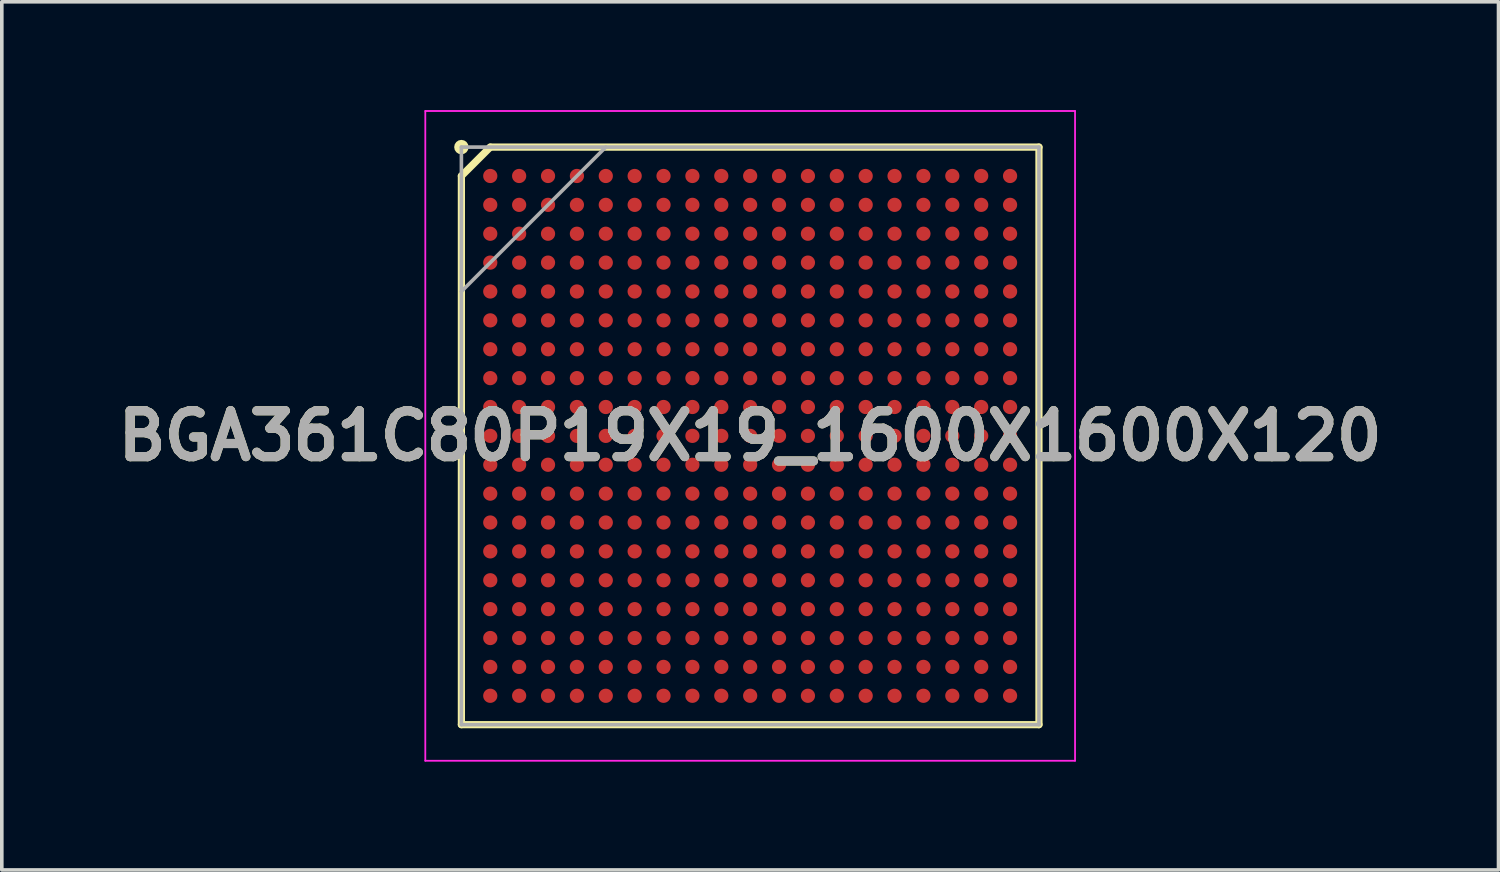
<source format=kicad_pcb>
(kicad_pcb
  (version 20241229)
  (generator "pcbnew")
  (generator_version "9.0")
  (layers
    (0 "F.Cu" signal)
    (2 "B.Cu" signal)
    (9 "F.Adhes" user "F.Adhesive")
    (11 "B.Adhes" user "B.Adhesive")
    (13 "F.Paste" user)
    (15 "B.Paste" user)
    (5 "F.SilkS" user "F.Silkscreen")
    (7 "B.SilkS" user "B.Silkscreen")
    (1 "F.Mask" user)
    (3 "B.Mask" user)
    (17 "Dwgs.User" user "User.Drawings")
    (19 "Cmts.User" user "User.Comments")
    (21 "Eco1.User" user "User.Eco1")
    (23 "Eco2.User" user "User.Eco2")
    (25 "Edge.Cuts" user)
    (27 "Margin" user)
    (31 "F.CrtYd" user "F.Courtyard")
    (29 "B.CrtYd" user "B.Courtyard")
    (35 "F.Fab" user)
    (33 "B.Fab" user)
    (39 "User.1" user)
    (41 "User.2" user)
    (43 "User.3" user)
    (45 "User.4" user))
  (footprint "BGA361C80P19X19_1600X1600X120"
    (layer "F.Cu")
    (at 17.732 9.025)
    (property "Reference" "BGA361C80P19X19_1600X1600X120" (at 0 0 0) (layer "F.SilkS") (effects (font (size 1.27 1.27) (thickness 0.254))))
    (attr smd)
    (fp_line (start -8 -7.2) (end -7.2 -8) (stroke (width 0.2) (type solid)) (layer "F.SilkS"))
    (fp_line (start -8 8) (end -8 -7.2) (stroke (width 0.2) (type solid)) (layer "F.SilkS"))
    (fp_line (start -7.2 -8) (end 8 -8) (stroke (width 0.2) (type solid)) (layer "F.SilkS"))
    (fp_line (start 8 -8) (end 8 8) (stroke (width 0.2) (type solid)) (layer "F.SilkS"))
    (fp_line (start 8 8) (end -8 8) (stroke (width 0.2) (type solid)) (layer "F.SilkS"))
    (fp_circle (center -8 -8) (end -8 -7.9) (stroke (width 0.2) (type solid)) (fill no) (layer "F.SilkS"))
    (fp_line (start -9 -9) (end 9 -9) (stroke (width 0.05) (type solid)) (layer "F.CrtYd"))
    (fp_line (start -9 9) (end -9 -9) (stroke (width 0.05) (type solid)) (layer "F.CrtYd"))
    (fp_line (start 9 -9) (end 9 9) (stroke (width 0.05) (type solid)) (layer "F.CrtYd"))
    (fp_line (start 9 9) (end -9 9) (stroke (width 0.05) (type solid)) (layer "F.CrtYd"))
    (fp_line (start -8 -8) (end 8 -8) (stroke (width 0.1) (type solid)) (layer "F.Fab"))
    (fp_line (start -8 -4) (end -4 -8) (stroke (width 0.1) (type solid)) (layer "F.Fab"))
    (fp_line (start -8 8) (end -8 -8) (stroke (width 0.1) (type solid)) (layer "F.Fab"))
    (fp_line (start 8 -8) (end 8 8) (stroke (width 0.1) (type solid)) (layer "F.Fab"))
    (fp_line (start 8 8) (end -8 8) (stroke (width 0.1) (type solid)) (layer "F.Fab"))
    (fp_text user "${REFERENCE}" (at 0 0 0) (layer "F.Fab") (effects (font (size 1.27 1.27) (thickness 0.254))))
    (pad "A1" smd circle (at -7.2 -7.2 90) (size 0.394 0.394) (layers "F.Cu" "F.Mask" "F.Paste"))
    (pad "A2" smd circle (at -6.4 -7.2 90) (size 0.394 0.394) (layers "F.Cu" "F.Mask" "F.Paste"))
    (pad "A3" smd circle (at -5.6 -7.2 90) (size 0.394 0.394) (layers "F.Cu" "F.Mask" "F.Paste"))
    (pad "A4" smd circle (at -4.8 -7.2 90) (size 0.394 0.394) (layers "F.Cu" "F.Mask" "F.Paste"))
    (pad "A5" smd circle (at -4 -7.2 90) (size 0.394 0.394) (layers "F.Cu" "F.Mask" "F.Paste"))
    (pad "A6" smd circle (at -3.2 -7.2 90) (size 0.394 0.394) (layers "F.Cu" "F.Mask" "F.Paste"))
    (pad "A7" smd circle (at -2.4 -7.2 90) (size 0.394 0.394) (layers "F.Cu" "F.Mask" "F.Paste"))
    (pad "A8" smd circle (at -1.6 -7.2 90) (size 0.394 0.394) (layers "F.Cu" "F.Mask" "F.Paste"))
    (pad "A9" smd circle (at -0.8 -7.2 90) (size 0.394 0.394) (layers "F.Cu" "F.Mask" "F.Paste"))
    (pad "A10" smd circle (at 0 -7.2 90) (size 0.394 0.394) (layers "F.Cu" "F.Mask" "F.Paste"))
    (pad "A11" smd circle (at 0.8 -7.2 90) (size 0.394 0.394) (layers "F.Cu" "F.Mask" "F.Paste"))
    (pad "A12" smd circle (at 1.6 -7.2 90) (size 0.394 0.394) (layers "F.Cu" "F.Mask" "F.Paste"))
    (pad "A13" smd circle (at 2.4 -7.2 90) (size 0.394 0.394) (layers "F.Cu" "F.Mask" "F.Paste"))
    (pad "A14" smd circle (at 3.2 -7.2 90) (size 0.394 0.394) (layers "F.Cu" "F.Mask" "F.Paste"))
    (pad "A15" smd circle (at 4 -7.2 90) (size 0.394 0.394) (layers "F.Cu" "F.Mask" "F.Paste"))
    (pad "A16" smd circle (at 4.8 -7.2 90) (size 0.394 0.394) (layers "F.Cu" "F.Mask" "F.Paste"))
    (pad "A17" smd circle (at 5.6 -7.2 90) (size 0.394 0.394) (layers "F.Cu" "F.Mask" "F.Paste"))
    (pad "A18" smd circle (at 6.4 -7.2 90) (size 0.394 0.394) (layers "F.Cu" "F.Mask" "F.Paste"))
    (pad "A19" smd circle (at 7.2 -7.2 90) (size 0.394 0.394) (layers "F.Cu" "F.Mask" "F.Paste"))
    (pad "B1" smd circle (at -7.2 -6.4 90) (size 0.394 0.394) (layers "F.Cu" "F.Mask" "F.Paste"))
    (pad "B2" smd circle (at -6.4 -6.4 90) (size 0.394 0.394) (layers "F.Cu" "F.Mask" "F.Paste"))
    (pad "B3" smd circle (at -5.6 -6.4 90) (size 0.394 0.394) (layers "F.Cu" "F.Mask" "F.Paste"))
    (pad "B4" smd circle (at -4.8 -6.4 90) (size 0.394 0.394) (layers "F.Cu" "F.Mask" "F.Paste"))
    (pad "B5" smd circle (at -4 -6.4 90) (size 0.394 0.394) (layers "F.Cu" "F.Mask" "F.Paste"))
    (pad "B6" smd circle (at -3.2 -6.4 90) (size 0.394 0.394) (layers "F.Cu" "F.Mask" "F.Paste"))
    (pad "B7" smd circle (at -2.4 -6.4 90) (size 0.394 0.394) (layers "F.Cu" "F.Mask" "F.Paste"))
    (pad "B8" smd circle (at -1.6 -6.4 90) (size 0.394 0.394) (layers "F.Cu" "F.Mask" "F.Paste"))
    (pad "B9" smd circle (at -0.8 -6.4 90) (size 0.394 0.394) (layers "F.Cu" "F.Mask" "F.Paste"))
    (pad "B10" smd circle (at 0 -6.4 90) (size 0.394 0.394) (layers "F.Cu" "F.Mask" "F.Paste"))
    (pad "B11" smd circle (at 0.8 -6.4 90) (size 0.394 0.394) (layers "F.Cu" "F.Mask" "F.Paste"))
    (pad "B12" smd circle (at 1.6 -6.4 90) (size 0.394 0.394) (layers "F.Cu" "F.Mask" "F.Paste"))
    (pad "B13" smd circle (at 2.4 -6.4 90) (size 0.394 0.394) (layers "F.Cu" "F.Mask" "F.Paste"))
    (pad "B14" smd circle (at 3.2 -6.4 90) (size 0.394 0.394) (layers "F.Cu" "F.Mask" "F.Paste"))
    (pad "B15" smd circle (at 4 -6.4 90) (size 0.394 0.394) (layers "F.Cu" "F.Mask" "F.Paste"))
    (pad "B16" smd circle (at 4.8 -6.4 90) (size 0.394 0.394) (layers "F.Cu" "F.Mask" "F.Paste"))
    (pad "B17" smd circle (at 5.6 -6.4 90) (size 0.394 0.394) (layers "F.Cu" "F.Mask" "F.Paste"))
    (pad "B18" smd circle (at 6.4 -6.4 90) (size 0.394 0.394) (layers "F.Cu" "F.Mask" "F.Paste"))
    (pad "B19" smd circle (at 7.2 -6.4 90) (size 0.394 0.394) (layers "F.Cu" "F.Mask" "F.Paste"))
    (pad "C1" smd circle (at -7.2 -5.6 90) (size 0.394 0.394) (layers "F.Cu" "F.Mask" "F.Paste"))
    (pad "C2" smd circle (at -6.4 -5.6 90) (size 0.394 0.394) (layers "F.Cu" "F.Mask" "F.Paste"))
    (pad "C3" smd circle (at -5.6 -5.6 90) (size 0.394 0.394) (layers "F.Cu" "F.Mask" "F.Paste"))
    (pad "C4" smd circle (at -4.8 -5.6 90) (size 0.394 0.394) (layers "F.Cu" "F.Mask" "F.Paste"))
    (pad "C5" smd circle (at -4 -5.6 90) (size 0.394 0.394) (layers "F.Cu" "F.Mask" "F.Paste"))
    (pad "C6" smd circle (at -3.2 -5.6 90) (size 0.394 0.394) (layers "F.Cu" "F.Mask" "F.Paste"))
    (pad "C7" smd circle (at -2.4 -5.6 90) (size 0.394 0.394) (layers "F.Cu" "F.Mask" "F.Paste"))
    (pad "C8" smd circle (at -1.6 -5.6 90) (size 0.394 0.394) (layers "F.Cu" "F.Mask" "F.Paste"))
    (pad "C9" smd circle (at -0.8 -5.6 90) (size 0.394 0.394) (layers "F.Cu" "F.Mask" "F.Paste"))
    (pad "C10" smd circle (at 0 -5.6 90) (size 0.394 0.394) (layers "F.Cu" "F.Mask" "F.Paste"))
    (pad "C11" smd circle (at 0.8 -5.6 90) (size 0.394 0.394) (layers "F.Cu" "F.Mask" "F.Paste"))
    (pad "C12" smd circle (at 1.6 -5.6 90) (size 0.394 0.394) (layers "F.Cu" "F.Mask" "F.Paste"))
    (pad "C13" smd circle (at 2.4 -5.6 90) (size 0.394 0.394) (layers "F.Cu" "F.Mask" "F.Paste"))
    (pad "C14" smd circle (at 3.2 -5.6 90) (size 0.394 0.394) (layers "F.Cu" "F.Mask" "F.Paste"))
    (pad "C15" smd circle (at 4 -5.6 90) (size 0.394 0.394) (layers "F.Cu" "F.Mask" "F.Paste"))
    (pad "C16" smd circle (at 4.8 -5.6 90) (size 0.394 0.394) (layers "F.Cu" "F.Mask" "F.Paste"))
    (pad "C17" smd circle (at 5.6 -5.6 90) (size 0.394 0.394) (layers "F.Cu" "F.Mask" "F.Paste"))
    (pad "C18" smd circle (at 6.4 -5.6 90) (size 0.394 0.394) (layers "F.Cu" "F.Mask" "F.Paste"))
    (pad "C19" smd circle (at 7.2 -5.6 90) (size 0.394 0.394) (layers "F.Cu" "F.Mask" "F.Paste"))
    (pad "D1" smd circle (at -7.2 -4.8 90) (size 0.394 0.394) (layers "F.Cu" "F.Mask" "F.Paste"))
    (pad "D2" smd circle (at -6.4 -4.8 90) (size 0.394 0.394) (layers "F.Cu" "F.Mask" "F.Paste"))
    (pad "D3" smd circle (at -5.6 -4.8 90) (size 0.394 0.394) (layers "F.Cu" "F.Mask" "F.Paste"))
    (pad "D4" smd circle (at -4.8 -4.8 90) (size 0.394 0.394) (layers "F.Cu" "F.Mask" "F.Paste"))
    (pad "D5" smd circle (at -4 -4.8 90) (size 0.394 0.394) (layers "F.Cu" "F.Mask" "F.Paste"))
    (pad "D6" smd circle (at -3.2 -4.8 90) (size 0.394 0.394) (layers "F.Cu" "F.Mask" "F.Paste"))
    (pad "D7" smd circle (at -2.4 -4.8 90) (size 0.394 0.394) (layers "F.Cu" "F.Mask" "F.Paste"))
    (pad "D8" smd circle (at -1.6 -4.8 90) (size 0.394 0.394) (layers "F.Cu" "F.Mask" "F.Paste"))
    (pad "D9" smd circle (at -0.8 -4.8 90) (size 0.394 0.394) (layers "F.Cu" "F.Mask" "F.Paste"))
    (pad "D10" smd circle (at 0 -4.8 90) (size 0.394 0.394) (layers "F.Cu" "F.Mask" "F.Paste"))
    (pad "D11" smd circle (at 0.8 -4.8 90) (size 0.394 0.394) (layers "F.Cu" "F.Mask" "F.Paste"))
    (pad "D12" smd circle (at 1.6 -4.8 90) (size 0.394 0.394) (layers "F.Cu" "F.Mask" "F.Paste"))
    (pad "D13" smd circle (at 2.4 -4.8 90) (size 0.394 0.394) (layers "F.Cu" "F.Mask" "F.Paste"))
    (pad "D14" smd circle (at 3.2 -4.8 90) (size 0.394 0.394) (layers "F.Cu" "F.Mask" "F.Paste"))
    (pad "D15" smd circle (at 4 -4.8 90) (size 0.394 0.394) (layers "F.Cu" "F.Mask" "F.Paste"))
    (pad "D16" smd circle (at 4.8 -4.8 90) (size 0.394 0.394) (layers "F.Cu" "F.Mask" "F.Paste"))
    (pad "D17" smd circle (at 5.6 -4.8 90) (size 0.394 0.394) (layers "F.Cu" "F.Mask" "F.Paste"))
    (pad "D18" smd circle (at 6.4 -4.8 90) (size 0.394 0.394) (layers "F.Cu" "F.Mask" "F.Paste"))
    (pad "D19" smd circle (at 7.2 -4.8 90) (size 0.394 0.394) (layers "F.Cu" "F.Mask" "F.Paste"))
    (pad "E1" smd circle (at -7.2 -4 90) (size 0.394 0.394) (layers "F.Cu" "F.Mask" "F.Paste"))
    (pad "E2" smd circle (at -6.4 -4 90) (size 0.394 0.394) (layers "F.Cu" "F.Mask" "F.Paste"))
    (pad "E3" smd circle (at -5.6 -4 90) (size 0.394 0.394) (layers "F.Cu" "F.Mask" "F.Paste"))
    (pad "E4" smd circle (at -4.8 -4 90) (size 0.394 0.394) (layers "F.Cu" "F.Mask" "F.Paste"))
    (pad "E5" smd circle (at -4 -4 90) (size 0.394 0.394) (layers "F.Cu" "F.Mask" "F.Paste"))
    (pad "E6" smd circle (at -3.2 -4 90) (size 0.394 0.394) (layers "F.Cu" "F.Mask" "F.Paste"))
    (pad "E7" smd circle (at -2.4 -4 90) (size 0.394 0.394) (layers "F.Cu" "F.Mask" "F.Paste"))
    (pad "E8" smd circle (at -1.6 -4 90) (size 0.394 0.394) (layers "F.Cu" "F.Mask" "F.Paste"))
    (pad "E9" smd circle (at -0.8 -4 90) (size 0.394 0.394) (layers "F.Cu" "F.Mask" "F.Paste"))
    (pad "E10" smd circle (at 0 -4 90) (size 0.394 0.394) (layers "F.Cu" "F.Mask" "F.Paste"))
    (pad "E11" smd circle (at 0.8 -4 90) (size 0.394 0.394) (layers "F.Cu" "F.Mask" "F.Paste"))
    (pad "E12" smd circle (at 1.6 -4 90) (size 0.394 0.394) (layers "F.Cu" "F.Mask" "F.Paste"))
    (pad "E13" smd circle (at 2.4 -4 90) (size 0.394 0.394) (layers "F.Cu" "F.Mask" "F.Paste"))
    (pad "E14" smd circle (at 3.2 -4 90) (size 0.394 0.394) (layers "F.Cu" "F.Mask" "F.Paste"))
    (pad "E15" smd circle (at 4 -4 90) (size 0.394 0.394) (layers "F.Cu" "F.Mask" "F.Paste"))
    (pad "E16" smd circle (at 4.8 -4 90) (size 0.394 0.394) (layers "F.Cu" "F.Mask" "F.Paste"))
    (pad "E17" smd circle (at 5.6 -4 90) (size 0.394 0.394) (layers "F.Cu" "F.Mask" "F.Paste"))
    (pad "E18" smd circle (at 6.4 -4 90) (size 0.394 0.394) (layers "F.Cu" "F.Mask" "F.Paste"))
    (pad "E19" smd circle (at 7.2 -4 90) (size 0.394 0.394) (layers "F.Cu" "F.Mask" "F.Paste"))
    (pad "F1" smd circle (at -7.2 -3.2 90) (size 0.394 0.394) (layers "F.Cu" "F.Mask" "F.Paste"))
    (pad "F2" smd circle (at -6.4 -3.2 90) (size 0.394 0.394) (layers "F.Cu" "F.Mask" "F.Paste"))
    (pad "F3" smd circle (at -5.6 -3.2 90) (size 0.394 0.394) (layers "F.Cu" "F.Mask" "F.Paste"))
    (pad "F4" smd circle (at -4.8 -3.2 90) (size 0.394 0.394) (layers "F.Cu" "F.Mask" "F.Paste"))
    (pad "F5" smd circle (at -4 -3.2 90) (size 0.394 0.394) (layers "F.Cu" "F.Mask" "F.Paste"))
    (pad "F6" smd circle (at -3.2 -3.2 90) (size 0.394 0.394) (layers "F.Cu" "F.Mask" "F.Paste"))
    (pad "F7" smd circle (at -2.4 -3.2 90) (size 0.394 0.394) (layers "F.Cu" "F.Mask" "F.Paste"))
    (pad "F8" smd circle (at -1.6 -3.2 90) (size 0.394 0.394) (layers "F.Cu" "F.Mask" "F.Paste"))
    (pad "F9" smd circle (at -0.8 -3.2 90) (size 0.394 0.394) (layers "F.Cu" "F.Mask" "F.Paste"))
    (pad "F10" smd circle (at 0 -3.2 90) (size 0.394 0.394) (layers "F.Cu" "F.Mask" "F.Paste"))
    (pad "F11" smd circle (at 0.8 -3.2 90) (size 0.394 0.394) (layers "F.Cu" "F.Mask" "F.Paste"))
    (pad "F12" smd circle (at 1.6 -3.2 90) (size 0.394 0.394) (layers "F.Cu" "F.Mask" "F.Paste"))
    (pad "F13" smd circle (at 2.4 -3.2 90) (size 0.394 0.394) (layers "F.Cu" "F.Mask" "F.Paste"))
    (pad "F14" smd circle (at 3.2 -3.2 90) (size 0.394 0.394) (layers "F.Cu" "F.Mask" "F.Paste"))
    (pad "F15" smd circle (at 4 -3.2 90) (size 0.394 0.394) (layers "F.Cu" "F.Mask" "F.Paste"))
    (pad "F16" smd circle (at 4.8 -3.2 90) (size 0.394 0.394) (layers "F.Cu" "F.Mask" "F.Paste"))
    (pad "F17" smd circle (at 5.6 -3.2 90) (size 0.394 0.394) (layers "F.Cu" "F.Mask" "F.Paste"))
    (pad "F18" smd circle (at 6.4 -3.2 90) (size 0.394 0.394) (layers "F.Cu" "F.Mask" "F.Paste"))
    (pad "F19" smd circle (at 7.2 -3.2 90) (size 0.394 0.394) (layers "F.Cu" "F.Mask" "F.Paste"))
    (pad "G1" smd circle (at -7.2 -2.4 90) (size 0.394 0.394) (layers "F.Cu" "F.Mask" "F.Paste"))
    (pad "G2" smd circle (at -6.4 -2.4 90) (size 0.394 0.394) (layers "F.Cu" "F.Mask" "F.Paste"))
    (pad "G3" smd circle (at -5.6 -2.4 90) (size 0.394 0.394) (layers "F.Cu" "F.Mask" "F.Paste"))
    (pad "G4" smd circle (at -4.8 -2.4 90) (size 0.394 0.394) (layers "F.Cu" "F.Mask" "F.Paste"))
    (pad "G5" smd circle (at -4 -2.4 90) (size 0.394 0.394) (layers "F.Cu" "F.Mask" "F.Paste"))
    (pad "G6" smd circle (at -3.2 -2.4 90) (size 0.394 0.394) (layers "F.Cu" "F.Mask" "F.Paste"))
    (pad "G7" smd circle (at -2.4 -2.4 90) (size 0.394 0.394) (layers "F.Cu" "F.Mask" "F.Paste"))
    (pad "G8" smd circle (at -1.6 -2.4 90) (size 0.394 0.394) (layers "F.Cu" "F.Mask" "F.Paste"))
    (pad "G9" smd circle (at -0.8 -2.4 90) (size 0.394 0.394) (layers "F.Cu" "F.Mask" "F.Paste"))
    (pad "G10" smd circle (at 0 -2.4 90) (size 0.394 0.394) (layers "F.Cu" "F.Mask" "F.Paste"))
    (pad "G11" smd circle (at 0.8 -2.4 90) (size 0.394 0.394) (layers "F.Cu" "F.Mask" "F.Paste"))
    (pad "G12" smd circle (at 1.6 -2.4 90) (size 0.394 0.394) (layers "F.Cu" "F.Mask" "F.Paste"))
    (pad "G13" smd circle (at 2.4 -2.4 90) (size 0.394 0.394) (layers "F.Cu" "F.Mask" "F.Paste"))
    (pad "G14" smd circle (at 3.2 -2.4 90) (size 0.394 0.394) (layers "F.Cu" "F.Mask" "F.Paste"))
    (pad "G15" smd circle (at 4 -2.4 90) (size 0.394 0.394) (layers "F.Cu" "F.Mask" "F.Paste"))
    (pad "G16" smd circle (at 4.8 -2.4 90) (size 0.394 0.394) (layers "F.Cu" "F.Mask" "F.Paste"))
    (pad "G17" smd circle (at 5.6 -2.4 90) (size 0.394 0.394) (layers "F.Cu" "F.Mask" "F.Paste"))
    (pad "G18" smd circle (at 6.4 -2.4 90) (size 0.394 0.394) (layers "F.Cu" "F.Mask" "F.Paste"))
    (pad "G19" smd circle (at 7.2 -2.4 90) (size 0.394 0.394) (layers "F.Cu" "F.Mask" "F.Paste"))
    (pad "H1" smd circle (at -7.2 -1.6 90) (size 0.394 0.394) (layers "F.Cu" "F.Mask" "F.Paste"))
    (pad "H2" smd circle (at -6.4 -1.6 90) (size 0.394 0.394) (layers "F.Cu" "F.Mask" "F.Paste"))
    (pad "H3" smd circle (at -5.6 -1.6 90) (size 0.394 0.394) (layers "F.Cu" "F.Mask" "F.Paste"))
    (pad "H4" smd circle (at -4.8 -1.6 90) (size 0.394 0.394) (layers "F.Cu" "F.Mask" "F.Paste"))
    (pad "H5" smd circle (at -4 -1.6 90) (size 0.394 0.394) (layers "F.Cu" "F.Mask" "F.Paste"))
    (pad "H6" smd circle (at -3.2 -1.6 90) (size 0.394 0.394) (layers "F.Cu" "F.Mask" "F.Paste"))
    (pad "H7" smd circle (at -2.4 -1.6 90) (size 0.394 0.394) (layers "F.Cu" "F.Mask" "F.Paste"))
    (pad "H8" smd circle (at -1.6 -1.6 90) (size 0.394 0.394) (layers "F.Cu" "F.Mask" "F.Paste"))
    (pad "H9" smd circle (at -0.8 -1.6 90) (size 0.394 0.394) (layers "F.Cu" "F.Mask" "F.Paste"))
    (pad "H10" smd circle (at 0 -1.6 90) (size 0.394 0.394) (layers "F.Cu" "F.Mask" "F.Paste"))
    (pad "H11" smd circle (at 0.8 -1.6 90) (size 0.394 0.394) (layers "F.Cu" "F.Mask" "F.Paste"))
    (pad "H12" smd circle (at 1.6 -1.6 90) (size 0.394 0.394) (layers "F.Cu" "F.Mask" "F.Paste"))
    (pad "H13" smd circle (at 2.4 -1.6 90) (size 0.394 0.394) (layers "F.Cu" "F.Mask" "F.Paste"))
    (pad "H14" smd circle (at 3.2 -1.6 90) (size 0.394 0.394) (layers "F.Cu" "F.Mask" "F.Paste"))
    (pad "H15" smd circle (at 4 -1.6 90) (size 0.394 0.394) (layers "F.Cu" "F.Mask" "F.Paste"))
    (pad "H16" smd circle (at 4.8 -1.6 90) (size 0.394 0.394) (layers "F.Cu" "F.Mask" "F.Paste"))
    (pad "H17" smd circle (at 5.6 -1.6 90) (size 0.394 0.394) (layers "F.Cu" "F.Mask" "F.Paste"))
    (pad "H18" smd circle (at 6.4 -1.6 90) (size 0.394 0.394) (layers "F.Cu" "F.Mask" "F.Paste"))
    (pad "H19" smd circle (at 7.2 -1.6 90) (size 0.394 0.394) (layers "F.Cu" "F.Mask" "F.Paste"))
    (pad "J1" smd circle (at -7.2 -0.8 90) (size 0.394 0.394) (layers "F.Cu" "F.Mask" "F.Paste"))
    (pad "J2" smd circle (at -6.4 -0.8 90) (size 0.394 0.394) (layers "F.Cu" "F.Mask" "F.Paste"))
    (pad "J3" smd circle (at -5.6 -0.8 90) (size 0.394 0.394) (layers "F.Cu" "F.Mask" "F.Paste"))
    (pad "J4" smd circle (at -4.8 -0.8 90) (size 0.394 0.394) (layers "F.Cu" "F.Mask" "F.Paste"))
    (pad "J5" smd circle (at -4 -0.8 90) (size 0.394 0.394) (layers "F.Cu" "F.Mask" "F.Paste"))
    (pad "J6" smd circle (at -3.2 -0.8 90) (size 0.394 0.394) (layers "F.Cu" "F.Mask" "F.Paste"))
    (pad "J7" smd circle (at -2.4 -0.8 90) (size 0.394 0.394) (layers "F.Cu" "F.Mask" "F.Paste"))
    (pad "J8" smd circle (at -1.6 -0.8 90) (size 0.394 0.394) (layers "F.Cu" "F.Mask" "F.Paste"))
    (pad "J9" smd circle (at -0.8 -0.8 90) (size 0.394 0.394) (layers "F.Cu" "F.Mask" "F.Paste"))
    (pad "J10" smd circle (at 0 -0.8 90) (size 0.394 0.394) (layers "F.Cu" "F.Mask" "F.Paste"))
    (pad "J11" smd circle (at 0.8 -0.8 90) (size 0.394 0.394) (layers "F.Cu" "F.Mask" "F.Paste"))
    (pad "J12" smd circle (at 1.6 -0.8 90) (size 0.394 0.394) (layers "F.Cu" "F.Mask" "F.Paste"))
    (pad "J13" smd circle (at 2.4 -0.8 90) (size 0.394 0.394) (layers "F.Cu" "F.Mask" "F.Paste"))
    (pad "J14" smd circle (at 3.2 -0.8 90) (size 0.394 0.394) (layers "F.Cu" "F.Mask" "F.Paste"))
    (pad "J15" smd circle (at 4 -0.8 90) (size 0.394 0.394) (layers "F.Cu" "F.Mask" "F.Paste"))
    (pad "J16" smd circle (at 4.8 -0.8 90) (size 0.394 0.394) (layers "F.Cu" "F.Mask" "F.Paste"))
    (pad "J17" smd circle (at 5.6 -0.8 90) (size 0.394 0.394) (layers "F.Cu" "F.Mask" "F.Paste"))
    (pad "J18" smd circle (at 6.4 -0.8 90) (size 0.394 0.394) (layers "F.Cu" "F.Mask" "F.Paste"))
    (pad "J19" smd circle (at 7.2 -0.8 90) (size 0.394 0.394) (layers "F.Cu" "F.Mask" "F.Paste"))
    (pad "K1" smd circle (at -7.2 0 90) (size 0.394 0.394) (layers "F.Cu" "F.Mask" "F.Paste"))
    (pad "K2" smd circle (at -6.4 0 90) (size 0.394 0.394) (layers "F.Cu" "F.Mask" "F.Paste"))
    (pad "K3" smd circle (at -5.6 0 90) (size 0.394 0.394) (layers "F.Cu" "F.Mask" "F.Paste"))
    (pad "K4" smd circle (at -4.8 0 90) (size 0.394 0.394) (layers "F.Cu" "F.Mask" "F.Paste"))
    (pad "K5" smd circle (at -4 0 90) (size 0.394 0.394) (layers "F.Cu" "F.Mask" "F.Paste"))
    (pad "K6" smd circle (at -3.2 0 90) (size 0.394 0.394) (layers "F.Cu" "F.Mask" "F.Paste"))
    (pad "K7" smd circle (at -2.4 0 90) (size 0.394 0.394) (layers "F.Cu" "F.Mask" "F.Paste"))
    (pad "K8" smd circle (at -1.6 0 90) (size 0.394 0.394) (layers "F.Cu" "F.Mask" "F.Paste"))
    (pad "K9" smd circle (at -0.8 0 90) (size 0.394 0.394) (layers "F.Cu" "F.Mask" "F.Paste"))
    (pad "K10" smd circle (at 0 0 90) (size 0.394 0.394) (layers "F.Cu" "F.Mask" "F.Paste"))
    (pad "K11" smd circle (at 0.8 0 90) (size 0.394 0.394) (layers "F.Cu" "F.Mask" "F.Paste"))
    (pad "K12" smd circle (at 1.6 0 90) (size 0.394 0.394) (layers "F.Cu" "F.Mask" "F.Paste"))
    (pad "K13" smd circle (at 2.4 0 90) (size 0.394 0.394) (layers "F.Cu" "F.Mask" "F.Paste"))
    (pad "K14" smd circle (at 3.2 0 90) (size 0.394 0.394) (layers "F.Cu" "F.Mask" "F.Paste"))
    (pad "K15" smd circle (at 4 0 90) (size 0.394 0.394) (layers "F.Cu" "F.Mask" "F.Paste"))
    (pad "K16" smd circle (at 4.8 0 90) (size 0.394 0.394) (layers "F.Cu" "F.Mask" "F.Paste"))
    (pad "K17" smd circle (at 5.6 0 90) (size 0.394 0.394) (layers "F.Cu" "F.Mask" "F.Paste"))
    (pad "K18" smd circle (at 6.4 0 90) (size 0.394 0.394) (layers "F.Cu" "F.Mask" "F.Paste"))
    (pad "K19" smd circle (at 7.2 0 90) (size 0.394 0.394) (layers "F.Cu" "F.Mask" "F.Paste"))
    (pad "L1" smd circle (at -7.2 0.8 90) (size 0.394 0.394) (layers "F.Cu" "F.Mask" "F.Paste"))
    (pad "L2" smd circle (at -6.4 0.8 90) (size 0.394 0.394) (layers "F.Cu" "F.Mask" "F.Paste"))
    (pad "L3" smd circle (at -5.6 0.8 90) (size 0.394 0.394) (layers "F.Cu" "F.Mask" "F.Paste"))
    (pad "L4" smd circle (at -4.8 0.8 90) (size 0.394 0.394) (layers "F.Cu" "F.Mask" "F.Paste"))
    (pad "L5" smd circle (at -4 0.8 90) (size 0.394 0.394) (layers "F.Cu" "F.Mask" "F.Paste"))
    (pad "L6" smd circle (at -3.2 0.8 90) (size 0.394 0.394) (layers "F.Cu" "F.Mask" "F.Paste"))
    (pad "L7" smd circle (at -2.4 0.8 90) (size 0.394 0.394) (layers "F.Cu" "F.Mask" "F.Paste"))
    (pad "L8" smd circle (at -1.6 0.8 90) (size 0.394 0.394) (layers "F.Cu" "F.Mask" "F.Paste"))
    (pad "L9" smd circle (at -0.8 0.8 90) (size 0.394 0.394) (layers "F.Cu" "F.Mask" "F.Paste"))
    (pad "L10" smd circle (at 0 0.8 90) (size 0.394 0.394) (layers "F.Cu" "F.Mask" "F.Paste"))
    (pad "L11" smd circle (at 0.8 0.8 90) (size 0.394 0.394) (layers "F.Cu" "F.Mask" "F.Paste"))
    (pad "L12" smd circle (at 1.6 0.8 90) (size 0.394 0.394) (layers "F.Cu" "F.Mask" "F.Paste"))
    (pad "L13" smd circle (at 2.4 0.8 90) (size 0.394 0.394) (layers "F.Cu" "F.Mask" "F.Paste"))
    (pad "L14" smd circle (at 3.2 0.8 90) (size 0.394 0.394) (layers "F.Cu" "F.Mask" "F.Paste"))
    (pad "L15" smd circle (at 4 0.8 90) (size 0.394 0.394) (layers "F.Cu" "F.Mask" "F.Paste"))
    (pad "L16" smd circle (at 4.8 0.8 90) (size 0.394 0.394) (layers "F.Cu" "F.Mask" "F.Paste"))
    (pad "L17" smd circle (at 5.6 0.8 90) (size 0.394 0.394) (layers "F.Cu" "F.Mask" "F.Paste"))
    (pad "L18" smd circle (at 6.4 0.8 90) (size 0.394 0.394) (layers "F.Cu" "F.Mask" "F.Paste"))
    (pad "L19" smd circle (at 7.2 0.8 90) (size 0.394 0.394) (layers "F.Cu" "F.Mask" "F.Paste"))
    (pad "M1" smd circle (at -7.2 1.6 90) (size 0.394 0.394) (layers "F.Cu" "F.Mask" "F.Paste"))
    (pad "M2" smd circle (at -6.4 1.6 90) (size 0.394 0.394) (layers "F.Cu" "F.Mask" "F.Paste"))
    (pad "M3" smd circle (at -5.6 1.6 90) (size 0.394 0.394) (layers "F.Cu" "F.Mask" "F.Paste"))
    (pad "M4" smd circle (at -4.8 1.6 90) (size 0.394 0.394) (layers "F.Cu" "F.Mask" "F.Paste"))
    (pad "M5" smd circle (at -4 1.6 90) (size 0.394 0.394) (layers "F.Cu" "F.Mask" "F.Paste"))
    (pad "M6" smd circle (at -3.2 1.6 90) (size 0.394 0.394) (layers "F.Cu" "F.Mask" "F.Paste"))
    (pad "M7" smd circle (at -2.4 1.6 90) (size 0.394 0.394) (layers "F.Cu" "F.Mask" "F.Paste"))
    (pad "M8" smd circle (at -1.6 1.6 90) (size 0.394 0.394) (layers "F.Cu" "F.Mask" "F.Paste"))
    (pad "M9" smd circle (at -0.8 1.6 90) (size 0.394 0.394) (layers "F.Cu" "F.Mask" "F.Paste"))
    (pad "M10" smd circle (at 0 1.6 90) (size 0.394 0.394) (layers "F.Cu" "F.Mask" "F.Paste"))
    (pad "M11" smd circle (at 0.8 1.6 90) (size 0.394 0.394) (layers "F.Cu" "F.Mask" "F.Paste"))
    (pad "M12" smd circle (at 1.6 1.6 90) (size 0.394 0.394) (layers "F.Cu" "F.Mask" "F.Paste"))
    (pad "M13" smd circle (at 2.4 1.6 90) (size 0.394 0.394) (layers "F.Cu" "F.Mask" "F.Paste"))
    (pad "M14" smd circle (at 3.2 1.6 90) (size 0.394 0.394) (layers "F.Cu" "F.Mask" "F.Paste"))
    (pad "M15" smd circle (at 4 1.6 90) (size 0.394 0.394) (layers "F.Cu" "F.Mask" "F.Paste"))
    (pad "M16" smd circle (at 4.8 1.6 90) (size 0.394 0.394) (layers "F.Cu" "F.Mask" "F.Paste"))
    (pad "M17" smd circle (at 5.6 1.6 90) (size 0.394 0.394) (layers "F.Cu" "F.Mask" "F.Paste"))
    (pad "M18" smd circle (at 6.4 1.6 90) (size 0.394 0.394) (layers "F.Cu" "F.Mask" "F.Paste"))
    (pad "M19" smd circle (at 7.2 1.6 90) (size 0.394 0.394) (layers "F.Cu" "F.Mask" "F.Paste"))
    (pad "N1" smd circle (at -7.2 2.4 90) (size 0.394 0.394) (layers "F.Cu" "F.Mask" "F.Paste"))
    (pad "N2" smd circle (at -6.4 2.4 90) (size 0.394 0.394) (layers "F.Cu" "F.Mask" "F.Paste"))
    (pad "N3" smd circle (at -5.6 2.4 90) (size 0.394 0.394) (layers "F.Cu" "F.Mask" "F.Paste"))
    (pad "N4" smd circle (at -4.8 2.4 90) (size 0.394 0.394) (layers "F.Cu" "F.Mask" "F.Paste"))
    (pad "N5" smd circle (at -4 2.4 90) (size 0.394 0.394) (layers "F.Cu" "F.Mask" "F.Paste"))
    (pad "N6" smd circle (at -3.2 2.4 90) (size 0.394 0.394) (layers "F.Cu" "F.Mask" "F.Paste"))
    (pad "N7" smd circle (at -2.4 2.4 90) (size 0.394 0.394) (layers "F.Cu" "F.Mask" "F.Paste"))
    (pad "N8" smd circle (at -1.6 2.4 90) (size 0.394 0.394) (layers "F.Cu" "F.Mask" "F.Paste"))
    (pad "N9" smd circle (at -0.8 2.4 90) (size 0.394 0.394) (layers "F.Cu" "F.Mask" "F.Paste"))
    (pad "N10" smd circle (at 0 2.4 90) (size 0.394 0.394) (layers "F.Cu" "F.Mask" "F.Paste"))
    (pad "N11" smd circle (at 0.8 2.4 90) (size 0.394 0.394) (layers "F.Cu" "F.Mask" "F.Paste"))
    (pad "N12" smd circle (at 1.6 2.4 90) (size 0.394 0.394) (layers "F.Cu" "F.Mask" "F.Paste"))
    (pad "N13" smd circle (at 2.4 2.4 90) (size 0.394 0.394) (layers "F.Cu" "F.Mask" "F.Paste"))
    (pad "N14" smd circle (at 3.2 2.4 90) (size 0.394 0.394) (layers "F.Cu" "F.Mask" "F.Paste"))
    (pad "N15" smd circle (at 4 2.4 90) (size 0.394 0.394) (layers "F.Cu" "F.Mask" "F.Paste"))
    (pad "N16" smd circle (at 4.8 2.4 90) (size 0.394 0.394) (layers "F.Cu" "F.Mask" "F.Paste"))
    (pad "N17" smd circle (at 5.6 2.4 90) (size 0.394 0.394) (layers "F.Cu" "F.Mask" "F.Paste"))
    (pad "N18" smd circle (at 6.4 2.4 90) (size 0.394 0.394) (layers "F.Cu" "F.Mask" "F.Paste"))
    (pad "N19" smd circle (at 7.2 2.4 90) (size 0.394 0.394) (layers "F.Cu" "F.Mask" "F.Paste"))
    (pad "P1" smd circle (at -7.2 3.2 90) (size 0.394 0.394) (layers "F.Cu" "F.Mask" "F.Paste"))
    (pad "P2" smd circle (at -6.4 3.2 90) (size 0.394 0.394) (layers "F.Cu" "F.Mask" "F.Paste"))
    (pad "P3" smd circle (at -5.6 3.2 90) (size 0.394 0.394) (layers "F.Cu" "F.Mask" "F.Paste"))
    (pad "P4" smd circle (at -4.8 3.2 90) (size 0.394 0.394) (layers "F.Cu" "F.Mask" "F.Paste"))
    (pad "P5" smd circle (at -4 3.2 90) (size 0.394 0.394) (layers "F.Cu" "F.Mask" "F.Paste"))
    (pad "P6" smd circle (at -3.2 3.2 90) (size 0.394 0.394) (layers "F.Cu" "F.Mask" "F.Paste"))
    (pad "P7" smd circle (at -2.4 3.2 90) (size 0.394 0.394) (layers "F.Cu" "F.Mask" "F.Paste"))
    (pad "P8" smd circle (at -1.6 3.2 90) (size 0.394 0.394) (layers "F.Cu" "F.Mask" "F.Paste"))
    (pad "P9" smd circle (at -0.8 3.2 90) (size 0.394 0.394) (layers "F.Cu" "F.Mask" "F.Paste"))
    (pad "P10" smd circle (at 0 3.2 90) (size 0.394 0.394) (layers "F.Cu" "F.Mask" "F.Paste"))
    (pad "P11" smd circle (at 0.8 3.2 90) (size 0.394 0.394) (layers "F.Cu" "F.Mask" "F.Paste"))
    (pad "P12" smd circle (at 1.6 3.2 90) (size 0.394 0.394) (layers "F.Cu" "F.Mask" "F.Paste"))
    (pad "P13" smd circle (at 2.4 3.2 90) (size 0.394 0.394) (layers "F.Cu" "F.Mask" "F.Paste"))
    (pad "P14" smd circle (at 3.2 3.2 90) (size 0.394 0.394) (layers "F.Cu" "F.Mask" "F.Paste"))
    (pad "P15" smd circle (at 4 3.2 90) (size 0.394 0.394) (layers "F.Cu" "F.Mask" "F.Paste"))
    (pad "P16" smd circle (at 4.8 3.2 90) (size 0.394 0.394) (layers "F.Cu" "F.Mask" "F.Paste"))
    (pad "P17" smd circle (at 5.6 3.2 90) (size 0.394 0.394) (layers "F.Cu" "F.Mask" "F.Paste"))
    (pad "P18" smd circle (at 6.4 3.2 90) (size 0.394 0.394) (layers "F.Cu" "F.Mask" "F.Paste"))
    (pad "P19" smd circle (at 7.2 3.2 90) (size 0.394 0.394) (layers "F.Cu" "F.Mask" "F.Paste"))
    (pad "R1" smd circle (at -7.2 4 90) (size 0.394 0.394) (layers "F.Cu" "F.Mask" "F.Paste"))
    (pad "R2" smd circle (at -6.4 4 90) (size 0.394 0.394) (layers "F.Cu" "F.Mask" "F.Paste"))
    (pad "R3" smd circle (at -5.6 4 90) (size 0.394 0.394) (layers "F.Cu" "F.Mask" "F.Paste"))
    (pad "R4" smd circle (at -4.8 4 90) (size 0.394 0.394) (layers "F.Cu" "F.Mask" "F.Paste"))
    (pad "R5" smd circle (at -4 4 90) (size 0.394 0.394) (layers "F.Cu" "F.Mask" "F.Paste"))
    (pad "R6" smd circle (at -3.2 4 90) (size 0.394 0.394) (layers "F.Cu" "F.Mask" "F.Paste"))
    (pad "R7" smd circle (at -2.4 4 90) (size 0.394 0.394) (layers "F.Cu" "F.Mask" "F.Paste"))
    (pad "R8" smd circle (at -1.6 4 90) (size 0.394 0.394) (layers "F.Cu" "F.Mask" "F.Paste"))
    (pad "R9" smd circle (at -0.8 4 90) (size 0.394 0.394) (layers "F.Cu" "F.Mask" "F.Paste"))
    (pad "R10" smd circle (at 0 4 90) (size 0.394 0.394) (layers "F.Cu" "F.Mask" "F.Paste"))
    (pad "R11" smd circle (at 0.8 4 90) (size 0.394 0.394) (layers "F.Cu" "F.Mask" "F.Paste"))
    (pad "R12" smd circle (at 1.6 4 90) (size 0.394 0.394) (layers "F.Cu" "F.Mask" "F.Paste"))
    (pad "R13" smd circle (at 2.4 4 90) (size 0.394 0.394) (layers "F.Cu" "F.Mask" "F.Paste"))
    (pad "R14" smd circle (at 3.2 4 90) (size 0.394 0.394) (layers "F.Cu" "F.Mask" "F.Paste"))
    (pad "R15" smd circle (at 4 4 90) (size 0.394 0.394) (layers "F.Cu" "F.Mask" "F.Paste"))
    (pad "R16" smd circle (at 4.8 4 90) (size 0.394 0.394) (layers "F.Cu" "F.Mask" "F.Paste"))
    (pad "R17" smd circle (at 5.6 4 90) (size 0.394 0.394) (layers "F.Cu" "F.Mask" "F.Paste"))
    (pad "R18" smd circle (at 6.4 4 90) (size 0.394 0.394) (layers "F.Cu" "F.Mask" "F.Paste"))
    (pad "R19" smd circle (at 7.2 4 90) (size 0.394 0.394) (layers "F.Cu" "F.Mask" "F.Paste"))
    (pad "T1" smd circle (at -7.2 4.8 90) (size 0.394 0.394) (layers "F.Cu" "F.Mask" "F.Paste"))
    (pad "T2" smd circle (at -6.4 4.8 90) (size 0.394 0.394) (layers "F.Cu" "F.Mask" "F.Paste"))
    (pad "T3" smd circle (at -5.6 4.8 90) (size 0.394 0.394) (layers "F.Cu" "F.Mask" "F.Paste"))
    (pad "T4" smd circle (at -4.8 4.8 90) (size 0.394 0.394) (layers "F.Cu" "F.Mask" "F.Paste"))
    (pad "T5" smd circle (at -4 4.8 90) (size 0.394 0.394) (layers "F.Cu" "F.Mask" "F.Paste"))
    (pad "T6" smd circle (at -3.2 4.8 90) (size 0.394 0.394) (layers "F.Cu" "F.Mask" "F.Paste"))
    (pad "T7" smd circle (at -2.4 4.8 90) (size 0.394 0.394) (layers "F.Cu" "F.Mask" "F.Paste"))
    (pad "T8" smd circle (at -1.6 4.8 90) (size 0.394 0.394) (layers "F.Cu" "F.Mask" "F.Paste"))
    (pad "T9" smd circle (at -0.8 4.8 90) (size 0.394 0.394) (layers "F.Cu" "F.Mask" "F.Paste"))
    (pad "T10" smd circle (at 0 4.8 90) (size 0.394 0.394) (layers "F.Cu" "F.Mask" "F.Paste"))
    (pad "T11" smd circle (at 0.8 4.8 90) (size 0.394 0.394) (layers "F.Cu" "F.Mask" "F.Paste"))
    (pad "T12" smd circle (at 1.6 4.8 90) (size 0.394 0.394) (layers "F.Cu" "F.Mask" "F.Paste"))
    (pad "T13" smd circle (at 2.4 4.8 90) (size 0.394 0.394) (layers "F.Cu" "F.Mask" "F.Paste"))
    (pad "T14" smd circle (at 3.2 4.8 90) (size 0.394 0.394) (layers "F.Cu" "F.Mask" "F.Paste"))
    (pad "T15" smd circle (at 4 4.8 90) (size 0.394 0.394) (layers "F.Cu" "F.Mask" "F.Paste"))
    (pad "T16" smd circle (at 4.8 4.8 90) (size 0.394 0.394) (layers "F.Cu" "F.Mask" "F.Paste"))
    (pad "T17" smd circle (at 5.6 4.8 90) (size 0.394 0.394) (layers "F.Cu" "F.Mask" "F.Paste"))
    (pad "T18" smd circle (at 6.4 4.8 90) (size 0.394 0.394) (layers "F.Cu" "F.Mask" "F.Paste"))
    (pad "T19" smd circle (at 7.2 4.8 90) (size 0.394 0.394) (layers "F.Cu" "F.Mask" "F.Paste"))
    (pad "U1" smd circle (at -7.2 5.6 90) (size 0.394 0.394) (layers "F.Cu" "F.Mask" "F.Paste"))
    (pad "U2" smd circle (at -6.4 5.6 90) (size 0.394 0.394) (layers "F.Cu" "F.Mask" "F.Paste"))
    (pad "U3" smd circle (at -5.6 5.6 90) (size 0.394 0.394) (layers "F.Cu" "F.Mask" "F.Paste"))
    (pad "U4" smd circle (at -4.8 5.6 90) (size 0.394 0.394) (layers "F.Cu" "F.Mask" "F.Paste"))
    (pad "U5" smd circle (at -4 5.6 90) (size 0.394 0.394) (layers "F.Cu" "F.Mask" "F.Paste"))
    (pad "U6" smd circle (at -3.2 5.6 90) (size 0.394 0.394) (layers "F.Cu" "F.Mask" "F.Paste"))
    (pad "U7" smd circle (at -2.4 5.6 90) (size 0.394 0.394) (layers "F.Cu" "F.Mask" "F.Paste"))
    (pad "U8" smd circle (at -1.6 5.6 90) (size 0.394 0.394) (layers "F.Cu" "F.Mask" "F.Paste"))
    (pad "U9" smd circle (at -0.8 5.6 90) (size 0.394 0.394) (layers "F.Cu" "F.Mask" "F.Paste"))
    (pad "U10" smd circle (at 0 5.6 90) (size 0.394 0.394) (layers "F.Cu" "F.Mask" "F.Paste"))
    (pad "U11" smd circle (at 0.8 5.6 90) (size 0.394 0.394) (layers "F.Cu" "F.Mask" "F.Paste"))
    (pad "U12" smd circle (at 1.6 5.6 90) (size 0.394 0.394) (layers "F.Cu" "F.Mask" "F.Paste"))
    (pad "U13" smd circle (at 2.4 5.6 90) (size 0.394 0.394) (layers "F.Cu" "F.Mask" "F.Paste"))
    (pad "U14" smd circle (at 3.2 5.6 90) (size 0.394 0.394) (layers "F.Cu" "F.Mask" "F.Paste"))
    (pad "U15" smd circle (at 4 5.6 90) (size 0.394 0.394) (layers "F.Cu" "F.Mask" "F.Paste"))
    (pad "U16" smd circle (at 4.8 5.6 90) (size 0.394 0.394) (layers "F.Cu" "F.Mask" "F.Paste"))
    (pad "U17" smd circle (at 5.6 5.6 90) (size 0.394 0.394) (layers "F.Cu" "F.Mask" "F.Paste"))
    (pad "U18" smd circle (at 6.4 5.6 90) (size 0.394 0.394) (layers "F.Cu" "F.Mask" "F.Paste"))
    (pad "U19" smd circle (at 7.2 5.6 90) (size 0.394 0.394) (layers "F.Cu" "F.Mask" "F.Paste"))
    (pad "V1" smd circle (at -7.2 6.4 90) (size 0.394 0.394) (layers "F.Cu" "F.Mask" "F.Paste"))
    (pad "V2" smd circle (at -6.4 6.4 90) (size 0.394 0.394) (layers "F.Cu" "F.Mask" "F.Paste"))
    (pad "V3" smd circle (at -5.6 6.4 90) (size 0.394 0.394) (layers "F.Cu" "F.Mask" "F.Paste"))
    (pad "V4" smd circle (at -4.8 6.4 90) (size 0.394 0.394) (layers "F.Cu" "F.Mask" "F.Paste"))
    (pad "V5" smd circle (at -4 6.4 90) (size 0.394 0.394) (layers "F.Cu" "F.Mask" "F.Paste"))
    (pad "V6" smd circle (at -3.2 6.4 90) (size 0.394 0.394) (layers "F.Cu" "F.Mask" "F.Paste"))
    (pad "V7" smd circle (at -2.4 6.4 90) (size 0.394 0.394) (layers "F.Cu" "F.Mask" "F.Paste"))
    (pad "V8" smd circle (at -1.6 6.4 90) (size 0.394 0.394) (layers "F.Cu" "F.Mask" "F.Paste"))
    (pad "V9" smd circle (at -0.8 6.4 90) (size 0.394 0.394) (layers "F.Cu" "F.Mask" "F.Paste"))
    (pad "V10" smd circle (at 0 6.4 90) (size 0.394 0.394) (layers "F.Cu" "F.Mask" "F.Paste"))
    (pad "V11" smd circle (at 0.8 6.4 90) (size 0.394 0.394) (layers "F.Cu" "F.Mask" "F.Paste"))
    (pad "V12" smd circle (at 1.6 6.4 90) (size 0.394 0.394) (layers "F.Cu" "F.Mask" "F.Paste"))
    (pad "V13" smd circle (at 2.4 6.4 90) (size 0.394 0.394) (layers "F.Cu" "F.Mask" "F.Paste"))
    (pad "V14" smd circle (at 3.2 6.4 90) (size 0.394 0.394) (layers "F.Cu" "F.Mask" "F.Paste"))
    (pad "V15" smd circle (at 4 6.4 90) (size 0.394 0.394) (layers "F.Cu" "F.Mask" "F.Paste"))
    (pad "V16" smd circle (at 4.8 6.4 90) (size 0.394 0.394) (layers "F.Cu" "F.Mask" "F.Paste"))
    (pad "V17" smd circle (at 5.6 6.4 90) (size 0.394 0.394) (layers "F.Cu" "F.Mask" "F.Paste"))
    (pad "V18" smd circle (at 6.4 6.4 90) (size 0.394 0.394) (layers "F.Cu" "F.Mask" "F.Paste"))
    (pad "V19" smd circle (at 7.2 6.4 90) (size 0.394 0.394) (layers "F.Cu" "F.Mask" "F.Paste"))
    (pad "W1" smd circle (at -7.2 7.2 90) (size 0.394 0.394) (layers "F.Cu" "F.Mask" "F.Paste"))
    (pad "W2" smd circle (at -6.4 7.2 90) (size 0.394 0.394) (layers "F.Cu" "F.Mask" "F.Paste"))
    (pad "W3" smd circle (at -5.6 7.2 90) (size 0.394 0.394) (layers "F.Cu" "F.Mask" "F.Paste"))
    (pad "W4" smd circle (at -4.8 7.2 90) (size 0.394 0.394) (layers "F.Cu" "F.Mask" "F.Paste"))
    (pad "W5" smd circle (at -4 7.2 90) (size 0.394 0.394) (layers "F.Cu" "F.Mask" "F.Paste"))
    (pad "W6" smd circle (at -3.2 7.2 90) (size 0.394 0.394) (layers "F.Cu" "F.Mask" "F.Paste"))
    (pad "W7" smd circle (at -2.4 7.2 90) (size 0.394 0.394) (layers "F.Cu" "F.Mask" "F.Paste"))
    (pad "W8" smd circle (at -1.6 7.2 90) (size 0.394 0.394) (layers "F.Cu" "F.Mask" "F.Paste"))
    (pad "W9" smd circle (at -0.8 7.2 90) (size 0.394 0.394) (layers "F.Cu" "F.Mask" "F.Paste"))
    (pad "W10" smd circle (at 0 7.2 90) (size 0.394 0.394) (layers "F.Cu" "F.Mask" "F.Paste"))
    (pad "W11" smd circle (at 0.8 7.2 90) (size 0.394 0.394) (layers "F.Cu" "F.Mask" "F.Paste"))
    (pad "W12" smd circle (at 1.6 7.2 90) (size 0.394 0.394) (layers "F.Cu" "F.Mask" "F.Paste"))
    (pad "W13" smd circle (at 2.4 7.2 90) (size 0.394 0.394) (layers "F.Cu" "F.Mask" "F.Paste"))
    (pad "W14" smd circle (at 3.2 7.2 90) (size 0.394 0.394) (layers "F.Cu" "F.Mask" "F.Paste"))
    (pad "W15" smd circle (at 4 7.2 90) (size 0.394 0.394) (layers "F.Cu" "F.Mask" "F.Paste"))
    (pad "W16" smd circle (at 4.8 7.2 90) (size 0.394 0.394) (layers "F.Cu" "F.Mask" "F.Paste"))
    (pad "W17" smd circle (at 5.6 7.2 90) (size 0.394 0.394) (layers "F.Cu" "F.Mask" "F.Paste"))
    (pad "W18" smd circle (at 6.4 7.2 90) (size 0.394 0.394) (layers "F.Cu" "F.Mask" "F.Paste"))
    (pad "W19" smd circle (at 7.2 7.2 90) (size 0.394 0.394) (layers "F.Cu" "F.Mask" "F.Paste")))
  (gr_rect
    (start -3 -3)
    (end 38.463 21.05)
    (stroke (width 0.1) (type default))
    (fill no)
    (layer "Edge.Cuts")))
</source>
